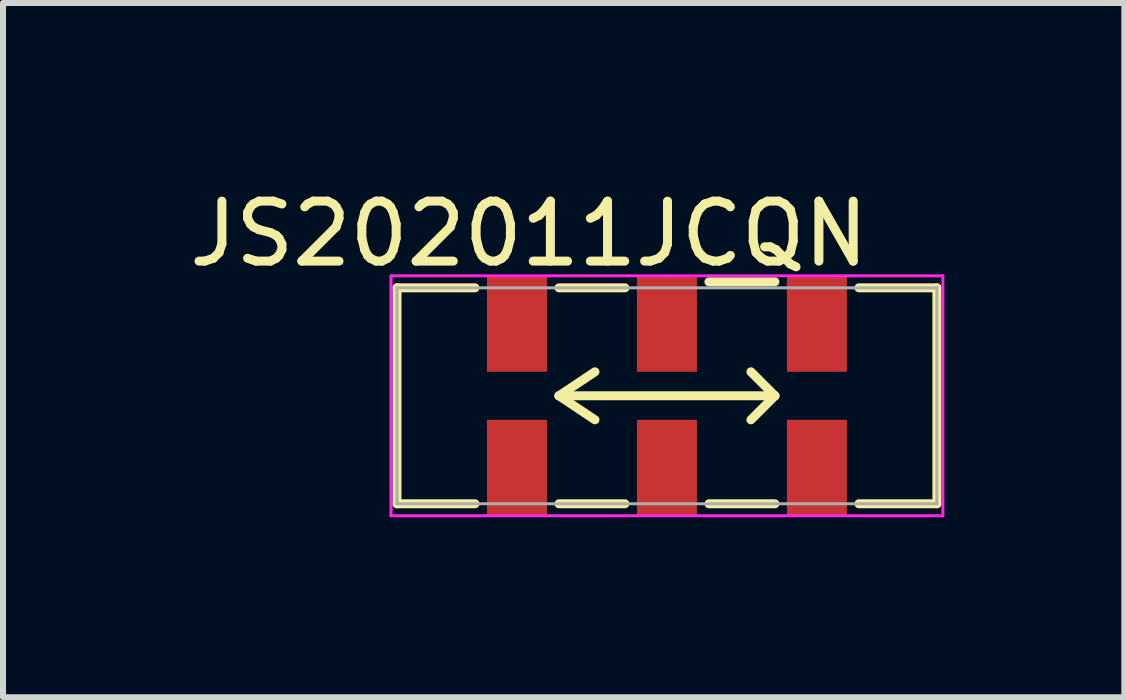
<source format=kicad_pcb>
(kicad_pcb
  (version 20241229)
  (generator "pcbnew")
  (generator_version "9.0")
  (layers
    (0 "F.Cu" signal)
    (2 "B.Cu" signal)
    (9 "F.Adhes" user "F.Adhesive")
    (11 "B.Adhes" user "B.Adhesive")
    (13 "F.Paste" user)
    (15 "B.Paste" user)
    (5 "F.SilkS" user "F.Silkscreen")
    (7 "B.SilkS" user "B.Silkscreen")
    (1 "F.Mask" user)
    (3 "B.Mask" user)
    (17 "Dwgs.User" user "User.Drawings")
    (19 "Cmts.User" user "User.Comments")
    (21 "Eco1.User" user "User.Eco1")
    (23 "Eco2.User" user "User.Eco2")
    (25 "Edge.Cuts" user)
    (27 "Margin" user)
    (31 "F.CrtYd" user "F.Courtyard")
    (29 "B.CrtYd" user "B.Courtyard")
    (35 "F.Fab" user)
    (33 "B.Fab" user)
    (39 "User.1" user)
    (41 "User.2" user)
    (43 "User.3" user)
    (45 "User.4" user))
  (footprint "JS202011JCQN"
    (layer "F.Cu")
    (at 8.068 3.548)
    (property "Reference" "JS202011JCQN" (at -2.3 -2.7 0) (layer "F.SilkS") (effects (font (size 1 1) (thickness 0.15))))
    (attr through_hole)
    (fp_line (start -4.5 -1.8) (end -4.5 1.8) (stroke (width 0.15) (type solid)) (layer "F.SilkS"))
    (fp_line (start -4.5 -1.8) (end -3.2 -1.8) (stroke (width 0.15) (type solid)) (layer "F.SilkS"))
    (fp_line (start -4.5 1.8) (end -3.2 1.8) (stroke (width 0.15) (type solid)) (layer "F.SilkS"))
    (fp_line (start -1.8 -1.8) (end -0.7 -1.8) (stroke (width 0.15) (type solid)) (layer "F.SilkS"))
    (fp_line (start -1.8 0) (end -1.2 -0.4) (stroke (width 0.15) (type solid)) (layer "F.SilkS"))
    (fp_line (start -1.8 0) (end -1.2 0.4) (stroke (width 0.15) (type solid)) (layer "F.SilkS"))
    (fp_line (start -1.8 0) (end 1.8 0) (stroke (width 0.15) (type solid)) (layer "F.SilkS"))
    (fp_line (start -0.7 1.8) (end -1.8 1.8) (stroke (width 0.15) (type solid)) (layer "F.SilkS"))
    (fp_line (start 0.7 -1.9) (end 1.8 -1.9) (stroke (width 0.15) (type solid)) (layer "F.SilkS"))
    (fp_line (start 1.8 0) (end 1.4 -0.4) (stroke (width 0.15) (type solid)) (layer "F.SilkS"))
    (fp_line (start 1.8 0) (end 1.4 0.4) (stroke (width 0.15) (type solid)) (layer "F.SilkS"))
    (fp_line (start 1.8 1.8) (end 0.7 1.8) (stroke (width 0.15) (type solid)) (layer "F.SilkS"))
    (fp_line (start 3.2 -1.8) (end 4.5 -1.8) (stroke (width 0.15) (type solid)) (layer "F.SilkS"))
    (fp_line (start 4.5 -1.8) (end 4.5 1.8) (stroke (width 0.15) (type solid)) (layer "F.SilkS"))
    (fp_line (start 4.5 1.8) (end 3.2 1.8) (stroke (width 0.15) (type solid)) (layer "F.SilkS"))
    (fp_line (start -4.6 -2) (end -4.6 1.9) (stroke (width 0.05) (type solid)) (layer "F.CrtYd"))
    (fp_line (start -4.6 1.9) (end -4.6 2) (stroke (width 0.05) (type solid)) (layer "F.CrtYd"))
    (fp_line (start -4.6 2) (end 4.6 2) (stroke (width 0.05) (type solid)) (layer "F.CrtYd"))
    (fp_line (start 4.6 -2) (end -4.6 -2) (stroke (width 0.05) (type solid)) (layer "F.CrtYd"))
    (fp_line (start 4.6 2) (end 4.6 -2) (stroke (width 0.05) (type solid)) (layer "F.CrtYd"))
    (fp_line (start -4.5 -1.8) (end 4.5 -1.8) (stroke (width 0.05) (type solid)) (layer "F.Fab"))
    (fp_line (start -4.5 1.8) (end -4.5 -1.8) (stroke (width 0.05) (type solid)) (layer "F.Fab"))
    (fp_line (start 4.5 -1.8) (end 4.5 1.8) (stroke (width 0.05) (type solid)) (layer "F.Fab"))
    (fp_line (start 4.5 1.8) (end -4.5 1.8) (stroke (width 0.05) (type solid)) (layer "F.Fab"))
    (pad "1" smd rect (at -2.5 -1.2) (size 1 1.6) (layers "F.Cu" "F.Mask" "F.Paste"))
    (pad "2" smd rect (at 0 -1.2) (size 1 1.6) (layers "F.Cu" "F.Mask" "F.Paste"))
    (pad "3" smd rect (at 2.5 -1.2) (size 1 1.6) (layers "F.Cu" "F.Mask" "F.Paste"))
    (pad "4" smd rect (at -2.5 1.2) (size 1 1.6) (layers "F.Cu" "F.Mask" "F.Paste"))
    (pad "5" smd rect (at 0 1.2) (size 1 1.6) (layers "F.Cu" "F.Mask" "F.Paste"))
    (pad "6" smd rect (at 2.5 1.2) (size 1 1.6) (layers "F.Cu" "F.Mask" "F.Paste")))
  (gr_rect
    (start -3 -3)
    (end 15.693 8.573)
    (stroke (width 0.1) (type default))
    (fill no)
    (layer "Edge.Cuts")))
</source>
